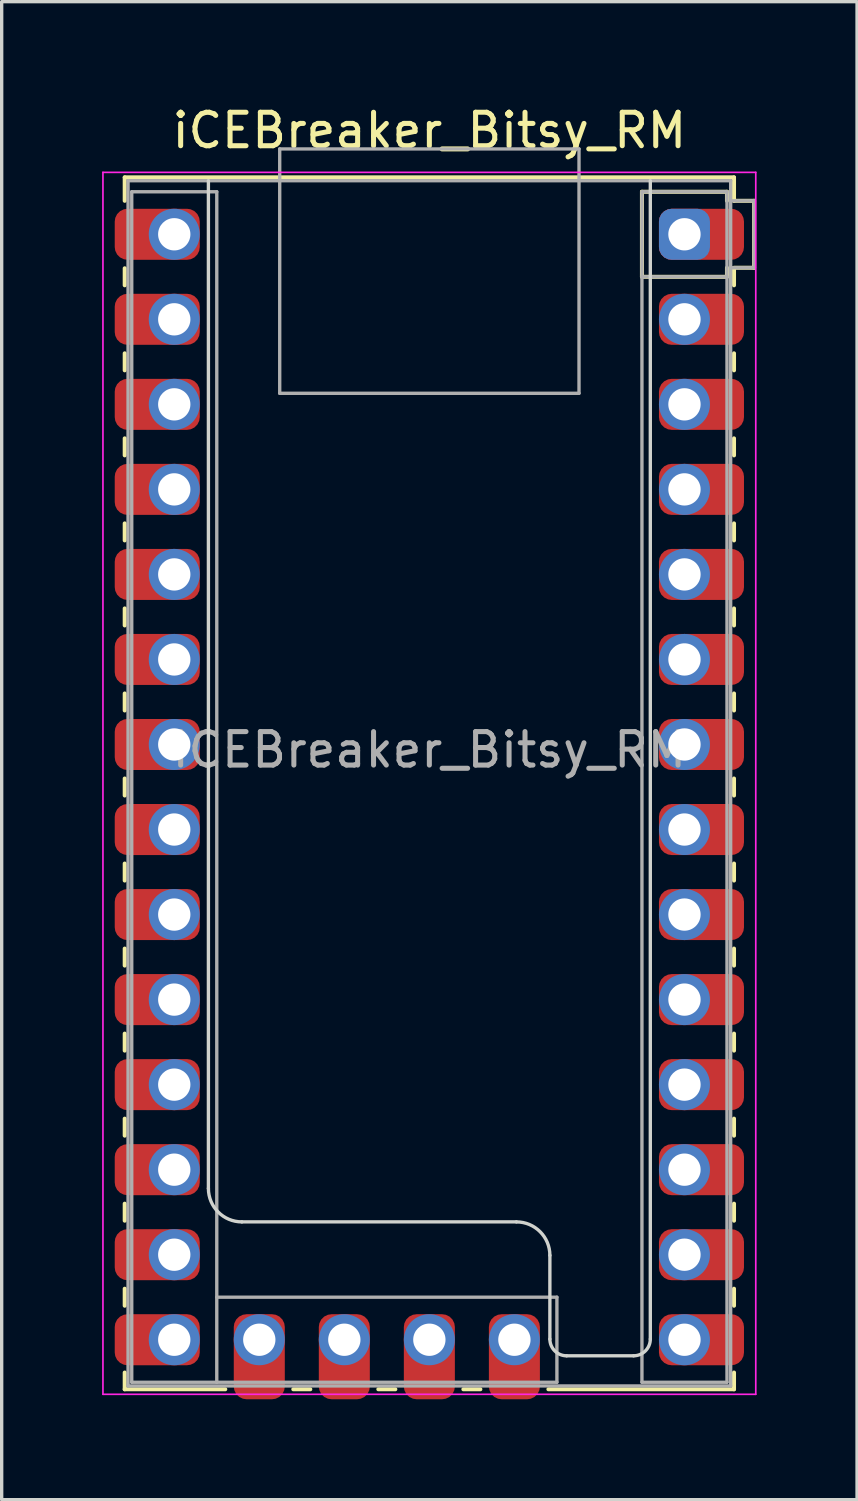
<source format=kicad_pcb>
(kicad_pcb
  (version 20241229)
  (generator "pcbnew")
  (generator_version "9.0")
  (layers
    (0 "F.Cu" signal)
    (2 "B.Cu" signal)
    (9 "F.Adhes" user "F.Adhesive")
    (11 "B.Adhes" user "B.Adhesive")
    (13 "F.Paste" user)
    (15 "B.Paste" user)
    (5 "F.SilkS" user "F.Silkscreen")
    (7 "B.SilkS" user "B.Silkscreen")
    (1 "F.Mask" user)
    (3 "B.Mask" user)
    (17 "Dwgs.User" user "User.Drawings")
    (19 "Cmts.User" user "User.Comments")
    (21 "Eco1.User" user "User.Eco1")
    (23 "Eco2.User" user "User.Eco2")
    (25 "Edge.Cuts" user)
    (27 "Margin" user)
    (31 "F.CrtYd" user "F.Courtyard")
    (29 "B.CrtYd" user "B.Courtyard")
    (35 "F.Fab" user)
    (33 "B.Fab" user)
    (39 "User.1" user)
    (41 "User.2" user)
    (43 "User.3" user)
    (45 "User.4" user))
  (footprint "iCEBreaker_Bitsy_RM"
    (layer "F.Cu")
    (at 9.775 20.348)
    (property "Reference" "iCEBreaker_Bitsy_RM" (at 0 -19.5 0) (layer "F.SilkS") (effects (font (size 1 1) (thickness 0.15))))
    (attr smd)
    (fp_line (start -9.1 -18.1) (end -9.1 -17.4) (stroke (width 0.12) (type solid)) (layer "F.SilkS"))
    (fp_line (start -9.1 -15.384) (end -9.1 -14.876) (stroke (width 0.12) (type solid)) (layer "F.SilkS"))
    (fp_line (start -9.1 -12.844) (end -9.1 -12.336) (stroke (width 0.12) (type solid)) (layer "F.SilkS"))
    (fp_line (start -9.1 -10.304) (end -9.1 -9.796) (stroke (width 0.12) (type solid)) (layer "F.SilkS"))
    (fp_line (start -9.1 -7.764) (end -9.1 -7.256) (stroke (width 0.12) (type solid)) (layer "F.SilkS"))
    (fp_line (start -9.1 -5.224) (end -9.1 -4.716) (stroke (width 0.12) (type solid)) (layer "F.SilkS"))
    (fp_line (start -9.1 -2.684) (end -9.1 -2.176) (stroke (width 0.12) (type solid)) (layer "F.SilkS"))
    (fp_line (start -9.1 -0.144) (end -9.1 0.364) (stroke (width 0.12) (type solid)) (layer "F.SilkS"))
    (fp_line (start -9.1 2.396) (end -9.1 2.904) (stroke (width 0.12) (type solid)) (layer "F.SilkS"))
    (fp_line (start -9.1 4.936) (end -9.1 5.444) (stroke (width 0.12) (type solid)) (layer "F.SilkS"))
    (fp_line (start -9.1 7.476) (end -9.1 7.984) (stroke (width 0.12) (type solid)) (layer "F.SilkS"))
    (fp_line (start -9.1 10.016) (end -9.1 10.524) (stroke (width 0.12) (type solid)) (layer "F.SilkS"))
    (fp_line (start -9.1 12.556) (end -9.1 13.064) (stroke (width 0.12) (type solid)) (layer "F.SilkS"))
    (fp_line (start -9.1 15.096) (end -9.1 15.604) (stroke (width 0.12) (type solid)) (layer "F.SilkS"))
    (fp_line (start -9.1 18.1) (end -9.1 17.6) (stroke (width 0.12) (type solid)) (layer "F.SilkS"))
    (fp_line (start -9.1 18.1) (end -6.096 18.1) (stroke (width 0.12) (type solid)) (layer "F.SilkS"))
    (fp_line (start -4.064 18.1) (end -3.556 18.1) (stroke (width 0.12) (type solid)) (layer "F.SilkS"))
    (fp_line (start -1.524 18.1) (end -1.016 18.1) (stroke (width 0.12) (type solid)) (layer "F.SilkS"))
    (fp_line (start 1.016 18.1) (end 1.524 18.1) (stroke (width 0.12) (type solid)) (layer "F.SilkS"))
    (fp_line (start 3.556 18.1) (end 9.1 18.1) (stroke (width 0.12) (type solid)) (layer "F.SilkS"))
    (fp_line (start 6.35 -17.67) (end 6.35 -15.13) (stroke (width 0.12) (type solid)) (layer "F.SilkS"))
    (fp_line (start 8.89 -17.67) (end 6.35 -17.67) (stroke (width 0.12) (type solid)) (layer "F.SilkS"))
    (fp_line (start 8.89 -17.67) (end 8.89 -17.4) (stroke (width 0.12) (type solid)) (layer "F.SilkS"))
    (fp_line (start 8.89 -15.13) (end 6.35 -15.13) (stroke (width 0.12) (type solid)) (layer "F.SilkS"))
    (fp_line (start 8.89 -15.13) (end 8.89 -15.4) (stroke (width 0.12) (type solid)) (layer "F.SilkS"))
    (fp_line (start 9.1 -18.1) (end -9.1 -18.1) (stroke (width 0.12) (type solid)) (layer "F.SilkS"))
    (fp_line (start 9.1 -18.1) (end 9.1 -17.4) (stroke (width 0.12) (type solid)) (layer "F.SilkS"))
    (fp_line (start 9.1 -17.4) (end 9.7 -17.4) (stroke (width 0.12) (type solid)) (layer "F.SilkS"))
    (fp_line (start 9.1 -15.384) (end 9.1 -14.876) (stroke (width 0.12) (type solid)) (layer "F.SilkS"))
    (fp_line (start 9.1 -12.844) (end 9.1 -12.336) (stroke (width 0.12) (type solid)) (layer "F.SilkS"))
    (fp_line (start 9.1 -10.304) (end 9.1 -9.796) (stroke (width 0.12) (type solid)) (layer "F.SilkS"))
    (fp_line (start 9.1 -7.764) (end 9.1 -7.256) (stroke (width 0.12) (type solid)) (layer "F.SilkS"))
    (fp_line (start 9.1 -5.224) (end 9.1 -4.716) (stroke (width 0.12) (type solid)) (layer "F.SilkS"))
    (fp_line (start 9.1 -2.684) (end 9.1 -2.176) (stroke (width 0.12) (type solid)) (layer "F.SilkS"))
    (fp_line (start 9.1 -0.144) (end 9.1 0.364) (stroke (width 0.12) (type solid)) (layer "F.SilkS"))
    (fp_line (start 9.1 2.396) (end 9.1 2.904) (stroke (width 0.12) (type solid)) (layer "F.SilkS"))
    (fp_line (start 9.1 4.936) (end 9.1 5.444) (stroke (width 0.12) (type solid)) (layer "F.SilkS"))
    (fp_line (start 9.1 7.476) (end 9.1 7.984) (stroke (width 0.12) (type solid)) (layer "F.SilkS"))
    (fp_line (start 9.1 10.016) (end 9.1 10.524) (stroke (width 0.12) (type solid)) (layer "F.SilkS"))
    (fp_line (start 9.1 12.556) (end 9.1 13.064) (stroke (width 0.12) (type solid)) (layer "F.SilkS"))
    (fp_line (start 9.1 15.096) (end 9.1 15.604) (stroke (width 0.12) (type solid)) (layer "F.SilkS"))
    (fp_line (start 9.1 18.1) (end 9.1 17.6) (stroke (width 0.12) (type solid)) (layer "F.SilkS"))
    (fp_line (start 9.7 -17.4) (end 9.7 -15.4) (stroke (width 0.12) (type solid)) (layer "F.SilkS"))
    (fp_line (start 9.7 -15.4) (end 9.1 -15.4) (stroke (width 0.12) (type solid)) (layer "F.SilkS"))
    (fp_line (start -6.6 12.1) (end -6.6 -18) (stroke (width 0.1) (type solid)) (layer "Edge.Cuts"))
    (fp_line (start -5.6 13.1) (end 2.6 13.1) (stroke (width 0.1) (type solid)) (layer "Edge.Cuts"))
    (fp_line (start 3.6 14.1) (end 3.6 16.6) (stroke (width 0.1) (type solid)) (layer "Edge.Cuts"))
    (fp_line (start 4.1 17.1) (end 6.1 17.1) (stroke (width 0.1) (type solid)) (layer "Edge.Cuts"))
    (fp_line (start 6.6 -18) (end 6.6 16.6) (stroke (width 0.1) (type solid)) (layer "Edge.Cuts"))
    (fp_arc (start -5.6 13.1) (mid -6.307107 12.807107) (end -6.6 12.1) (stroke (width 0.1) (type solid)) (layer "Edge.Cuts"))
    (fp_arc (start 2.6 13.1) (mid 3.307107 13.392893) (end 3.6 14.1) (stroke (width 0.1) (type solid)) (layer "Edge.Cuts"))
    (fp_arc (start 4.1 17.1) (mid 3.746447 16.953553) (end 3.6 16.6) (stroke (width 0.1) (type solid)) (layer "Edge.Cuts"))
    (fp_arc (start 6.6 16.6) (mid 6.453553 16.953553) (end 6.1 17.1) (stroke (width 0.1) (type solid)) (layer "Edge.Cuts"))
    (fp_line (start -9.75 -18.25) (end -9.75 18.25) (stroke (width 0.05) (type solid)) (layer "F.CrtYd"))
    (fp_line (start -9.75 18.25) (end 9.75 18.25) (stroke (width 0.05) (type solid)) (layer "F.CrtYd"))
    (fp_line (start 9.75 -18.25) (end -9.75 -18.25) (stroke (width 0.05) (type solid)) (layer "F.CrtYd"))
    (fp_line (start 9.75 18.25) (end 9.75 -18.25) (stroke (width 0.05) (type solid)) (layer "F.CrtYd"))
    (fp_line (start -9 -18) (end -9 18) (stroke (width 0.1) (type solid)) (layer "F.Fab"))
    (fp_line (start -9 18) (end 9 18) (stroke (width 0.1) (type solid)) (layer "F.Fab"))
    (fp_line (start -8.89 -17.67) (end -8.89 17.89) (stroke (width 0.1) (type solid)) (layer "F.Fab"))
    (fp_line (start -8.89 17.89) (end -6.35 17.89) (stroke (width 0.1) (type solid)) (layer "F.Fab"))
    (fp_line (start -6.35 -17.67) (end -8.89 -17.67) (stroke (width 0.1) (type solid)) (layer "F.Fab"))
    (fp_line (start -6.35 17.89) (end -6.35 -17.67) (stroke (width 0.1) (type solid)) (layer "F.Fab"))
    (fp_line (start -6.35 17.89) (end 3.81 17.89) (stroke (width 0.1) (type solid)) (layer "F.Fab"))
    (fp_line (start -4.47 -18.95) (end -4.47 -11.65) (stroke (width 0.1) (type solid)) (layer "F.Fab"))
    (fp_line (start 3.81 15.35) (end -6.35 15.35) (stroke (width 0.1) (type solid)) (layer "F.Fab"))
    (fp_line (start 3.81 17.89) (end 3.81 15.35) (stroke (width 0.1) (type solid)) (layer "F.Fab"))
    (fp_line (start 4.47 -18.95) (end -4.47 -18.95) (stroke (width 0.1) (type solid)) (layer "F.Fab"))
    (fp_line (start 4.47 -18.95) (end 4.47 -11.65) (stroke (width 0.1) (type solid)) (layer "F.Fab"))
    (fp_line (start 4.47 -11.65) (end -4.47 -11.65) (stroke (width 0.1) (type solid)) (layer "F.Fab"))
    (fp_line (start 6.35 -17.67) (end 6.35 17.89) (stroke (width 0.1) (type solid)) (layer "F.Fab"))
    (fp_line (start 6.35 17.89) (end 8.89 17.89) (stroke (width 0.1) (type solid)) (layer "F.Fab"))
    (fp_line (start 8.89 -17.67) (end 6.35 -17.67) (stroke (width 0.1) (type solid)) (layer "F.Fab"))
    (fp_line (start 8.89 -15.13) (end 6.35 -15.13) (stroke (width 0.1) (type solid)) (layer "F.Fab"))
    (fp_line (start 8.89 17.89) (end 8.89 -17.67) (stroke (width 0.1) (type solid)) (layer "F.Fab"))
    (fp_line (start 9 -18) (end -9 -18) (stroke (width 0.1) (type solid)) (layer "F.Fab"))
    (fp_line (start 9 -17.4) (end 9.7 -17.4) (stroke (width 0.1) (type solid)) (layer "F.Fab"))
    (fp_line (start 9 18) (end 9 -18) (stroke (width 0.1) (type solid)) (layer "F.Fab"))
    (fp_line (start 9.7 -17.4) (end 9.7 -15.4) (stroke (width 0.1) (type solid)) (layer "F.Fab"))
    (fp_line (start 9.7 -15.4) (end 9 -15.4) (stroke (width 0.1) (type solid)) (layer "F.Fab"))
    (fp_text user "${REFERENCE}" (at 0 -1 0) (layer "F.Fab") (effects (font (size 1 1) (thickness 0.15))))
    (pad "1" thru_hole roundrect (at 7.62 -16.4 90) (size 1.524 1.524) (drill 0.965) (layers "*.Cu" "*.Mask") (roundrect_rratio 0.25))
    (pad "1" smd roundrect (at 8.128 -16.4) (size 2.54 1.524) (layers "F.Cu" "F.Mask" "F.Paste") (roundrect_rratio 0.25))
    (pad "2" thru_hole circle (at 7.62 -13.86 90) (size 1.524 1.524) (drill 0.965) (layers "*.Cu" "*.Mask"))
    (pad "2" smd roundrect (at 8.128 -13.86) (size 2.54 1.524) (layers "F.Cu" "F.Mask" "F.Paste") (roundrect_rratio 0.25))
    (pad "3" thru_hole circle (at 7.62 -11.32 90) (size 1.524 1.524) (drill 0.965) (layers "*.Cu" "*.Mask"))
    (pad "3" smd roundrect (at 8.128 -11.32) (size 2.54 1.524) (layers "F.Cu" "F.Mask" "F.Paste") (roundrect_rratio 0.25))
    (pad "4" thru_hole circle (at 7.62 -8.78 90) (size 1.524 1.524) (drill 0.965) (layers "*.Cu" "*.Mask"))
    (pad "4" smd roundrect (at 8.128 -8.78) (size 2.54 1.524) (layers "F.Cu" "F.Mask" "F.Paste") (roundrect_rratio 0.25))
    (pad "5" thru_hole circle (at 7.62 -6.24 90) (size 1.524 1.524) (drill 0.965) (layers "*.Cu" "*.Mask"))
    (pad "5" smd roundrect (at 8.128 -6.24) (size 2.54 1.524) (layers "F.Cu" "F.Mask" "F.Paste") (roundrect_rratio 0.25))
    (pad "6" thru_hole circle (at 7.62 -3.7 90) (size 1.524 1.524) (drill 0.965) (layers "*.Cu" "*.Mask"))
    (pad "6" smd roundrect (at 8.128 -3.7) (size 2.54 1.524) (layers "F.Cu" "F.Mask" "F.Paste") (roundrect_rratio 0.25))
    (pad "7" thru_hole circle (at 7.62 -1.16 90) (size 1.524 1.524) (drill 0.965) (layers "*.Cu" "*.Mask"))
    (pad "7" smd roundrect (at 8.128 -1.16) (size 2.54 1.524) (layers "F.Cu" "F.Mask" "F.Paste") (roundrect_rratio 0.25))
    (pad "8" thru_hole circle (at 7.62 1.38 90) (size 1.524 1.524) (drill 0.965) (layers "*.Cu" "*.Mask"))
    (pad "8" smd roundrect (at 8.128 1.38) (size 2.54 1.524) (layers "F.Cu" "F.Mask" "F.Paste") (roundrect_rratio 0.25))
    (pad "9" thru_hole circle (at 7.62 3.92 90) (size 1.524 1.524) (drill 0.965) (layers "*.Cu" "*.Mask"))
    (pad "9" smd roundrect (at 8.128 3.92) (size 2.54 1.524) (layers "F.Cu" "F.Mask" "F.Paste") (roundrect_rratio 0.25))
    (pad "10" thru_hole circle (at 7.62 6.46 90) (size 1.524 1.524) (drill 0.965) (layers "*.Cu" "*.Mask"))
    (pad "10" smd roundrect (at 8.128 6.46) (size 2.54 1.524) (layers "F.Cu" "F.Mask" "F.Paste") (roundrect_rratio 0.25))
    (pad "11" thru_hole circle (at 7.62 9 90) (size 1.524 1.524) (drill 0.965) (layers "*.Cu" "*.Mask"))
    (pad "11" smd roundrect (at 8.128 9) (size 2.54 1.524) (layers "F.Cu" "F.Mask" "F.Paste") (roundrect_rratio 0.25))
    (pad "12" thru_hole circle (at 7.62 11.54 90) (size 1.524 1.524) (drill 0.965) (layers "*.Cu" "*.Mask"))
    (pad "12" smd roundrect (at 8.128 11.54) (size 2.54 1.524) (layers "F.Cu" "F.Mask" "F.Paste") (roundrect_rratio 0.25))
    (pad "13" thru_hole circle (at 7.62 14.08 90) (size 1.524 1.524) (drill 0.965) (layers "*.Cu" "*.Mask"))
    (pad "13" smd roundrect (at 8.128 14.08) (size 2.54 1.524) (layers "F.Cu" "F.Mask" "F.Paste") (roundrect_rratio 0.25))
    (pad "14" thru_hole circle (at 7.62 16.62 90) (size 1.524 1.524) (drill 0.965) (layers "*.Cu" "*.Mask"))
    (pad "14" smd roundrect (at 8.128 16.62) (size 2.54 1.524) (layers "F.Cu" "F.Mask" "F.Paste") (roundrect_rratio 0.25))
    (pad "15" thru_hole circle (at 2.54 16.62 180) (size 1.524 1.524) (drill 0.965) (layers "*.Cu" "*.Mask"))
    (pad "15" smd roundrect (at 2.54 17.128 90) (size 2.54 1.524) (layers "F.Cu" "F.Mask" "F.Paste") (roundrect_rratio 0.25))
    (pad "16" thru_hole circle (at 0 16.62 180) (size 1.524 1.524) (drill 0.965) (layers "*.Cu" "*.Mask"))
    (pad "16" smd roundrect (at 0 17.128 90) (size 2.54 1.524) (layers "F.Cu" "F.Mask" "F.Paste") (roundrect_rratio 0.25))
    (pad "17" thru_hole circle (at -2.54 16.62 180) (size 1.524 1.524) (drill 0.965) (layers "*.Cu" "*.Mask"))
    (pad "17" smd roundrect (at -2.54 17.128 90) (size 2.54 1.524) (layers "F.Cu" "F.Mask" "F.Paste") (roundrect_rratio 0.25))
    (pad "18" thru_hole circle (at -5.08 16.62 180) (size 1.524 1.524) (drill 0.965) (layers "*.Cu" "*.Mask"))
    (pad "18" smd roundrect (at -5.08 17.128 90) (size 2.54 1.524) (layers "F.Cu" "F.Mask" "F.Paste") (roundrect_rratio 0.25))
    (pad "19" smd roundrect (at -8.128 16.62) (size 2.54 1.524) (layers "F.Cu" "F.Mask" "F.Paste") (roundrect_rratio 0.25))
    (pad "19" thru_hole circle (at -7.62 16.62 90) (size 1.524 1.524) (drill 0.965) (layers "*.Cu" "*.Mask"))
    (pad "20" smd roundrect (at -8.128 14.08) (size 2.54 1.524) (layers "F.Cu" "F.Mask" "F.Paste") (roundrect_rratio 0.25))
    (pad "20" thru_hole circle (at -7.62 14.08 90) (size 1.524 1.524) (drill 0.965) (layers "*.Cu" "*.Mask"))
    (pad "21" smd roundrect (at -8.128 11.54) (size 2.54 1.524) (layers "F.Cu" "F.Mask" "F.Paste") (roundrect_rratio 0.25))
    (pad "21" thru_hole circle (at -7.62 11.54 90) (size 1.524 1.524) (drill 0.965) (layers "*.Cu" "*.Mask"))
    (pad "22" smd roundrect (at -8.128 9) (size 2.54 1.524) (layers "F.Cu" "F.Mask" "F.Paste") (roundrect_rratio 0.25))
    (pad "22" thru_hole circle (at -7.62 9 90) (size 1.524 1.524) (drill 0.965) (layers "*.Cu" "*.Mask"))
    (pad "23" smd roundrect (at -8.128 6.46) (size 2.54 1.524) (layers "F.Cu" "F.Mask" "F.Paste") (roundrect_rratio 0.25))
    (pad "23" thru_hole circle (at -7.62 6.46 90) (size 1.524 1.524) (drill 0.965) (layers "*.Cu" "*.Mask"))
    (pad "24" smd roundrect (at -8.128 3.92) (size 2.54 1.524) (layers "F.Cu" "F.Mask" "F.Paste") (roundrect_rratio 0.25))
    (pad "24" thru_hole circle (at -7.62 3.92 90) (size 1.524 1.524) (drill 0.965) (layers "*.Cu" "*.Mask"))
    (pad "25" smd roundrect (at -8.128 1.38) (size 2.54 1.524) (layers "F.Cu" "F.Mask" "F.Paste") (roundrect_rratio 0.25))
    (pad "25" thru_hole circle (at -7.62 1.38 90) (size 1.524 1.524) (drill 0.965) (layers "*.Cu" "*.Mask"))
    (pad "26" smd roundrect (at -8.128 -1.16) (size 2.54 1.524) (layers "F.Cu" "F.Mask" "F.Paste") (roundrect_rratio 0.25))
    (pad "26" thru_hole circle (at -7.62 -1.16 90) (size 1.524 1.524) (drill 0.965) (layers "*.Cu" "*.Mask"))
    (pad "27" smd roundrect (at -8.128 -3.7) (size 2.54 1.524) (layers "F.Cu" "F.Mask" "F.Paste") (roundrect_rratio 0.25))
    (pad "27" thru_hole circle (at -7.62 -3.7 90) (size 1.524 1.524) (drill 0.965) (layers "*.Cu" "*.Mask"))
    (pad "28" smd roundrect (at -8.128 -6.24) (size 2.54 1.524) (layers "F.Cu" "F.Mask" "F.Paste") (roundrect_rratio 0.25))
    (pad "28" thru_hole circle (at -7.62 -6.24 90) (size 1.524 1.524) (drill 0.965) (layers "*.Cu" "*.Mask"))
    (pad "29" smd roundrect (at -8.128 -8.78) (size 2.54 1.524) (layers "F.Cu" "F.Mask" "F.Paste") (roundrect_rratio 0.25))
    (pad "29" thru_hole circle (at -7.62 -8.78 90) (size 1.524 1.524) (drill 0.965) (layers "*.Cu" "*.Mask"))
    (pad "30" smd roundrect (at -8.128 -11.32) (size 2.54 1.524) (layers "F.Cu" "F.Mask" "F.Paste") (roundrect_rratio 0.25))
    (pad "30" thru_hole circle (at -7.62 -11.32 90) (size 1.524 1.524) (drill 0.965) (layers "*.Cu" "*.Mask"))
    (pad "31" smd roundrect (at -8.128 -13.86) (size 2.54 1.524) (layers "F.Cu" "F.Mask" "F.Paste") (roundrect_rratio 0.25))
    (pad "31" thru_hole circle (at -7.62 -13.86 90) (size 1.524 1.524) (drill 0.965) (layers "*.Cu" "*.Mask"))
    (pad "32" smd roundrect (at -8.128 -16.4) (size 2.54 1.524) (layers "F.Cu" "F.Mask" "F.Paste") (roundrect_rratio 0.25))
    (pad "32" thru_hole circle (at -7.62 -16.4 90) (size 1.524 1.524) (drill 0.965) (layers "*.Cu" "*.Mask")))
  (gr_rect
    (start -3 -3)
    (end 22.55 41.746)
    (stroke (width 0.1) (type default))
    (fill no)
    (layer "Edge.Cuts")))
</source>
